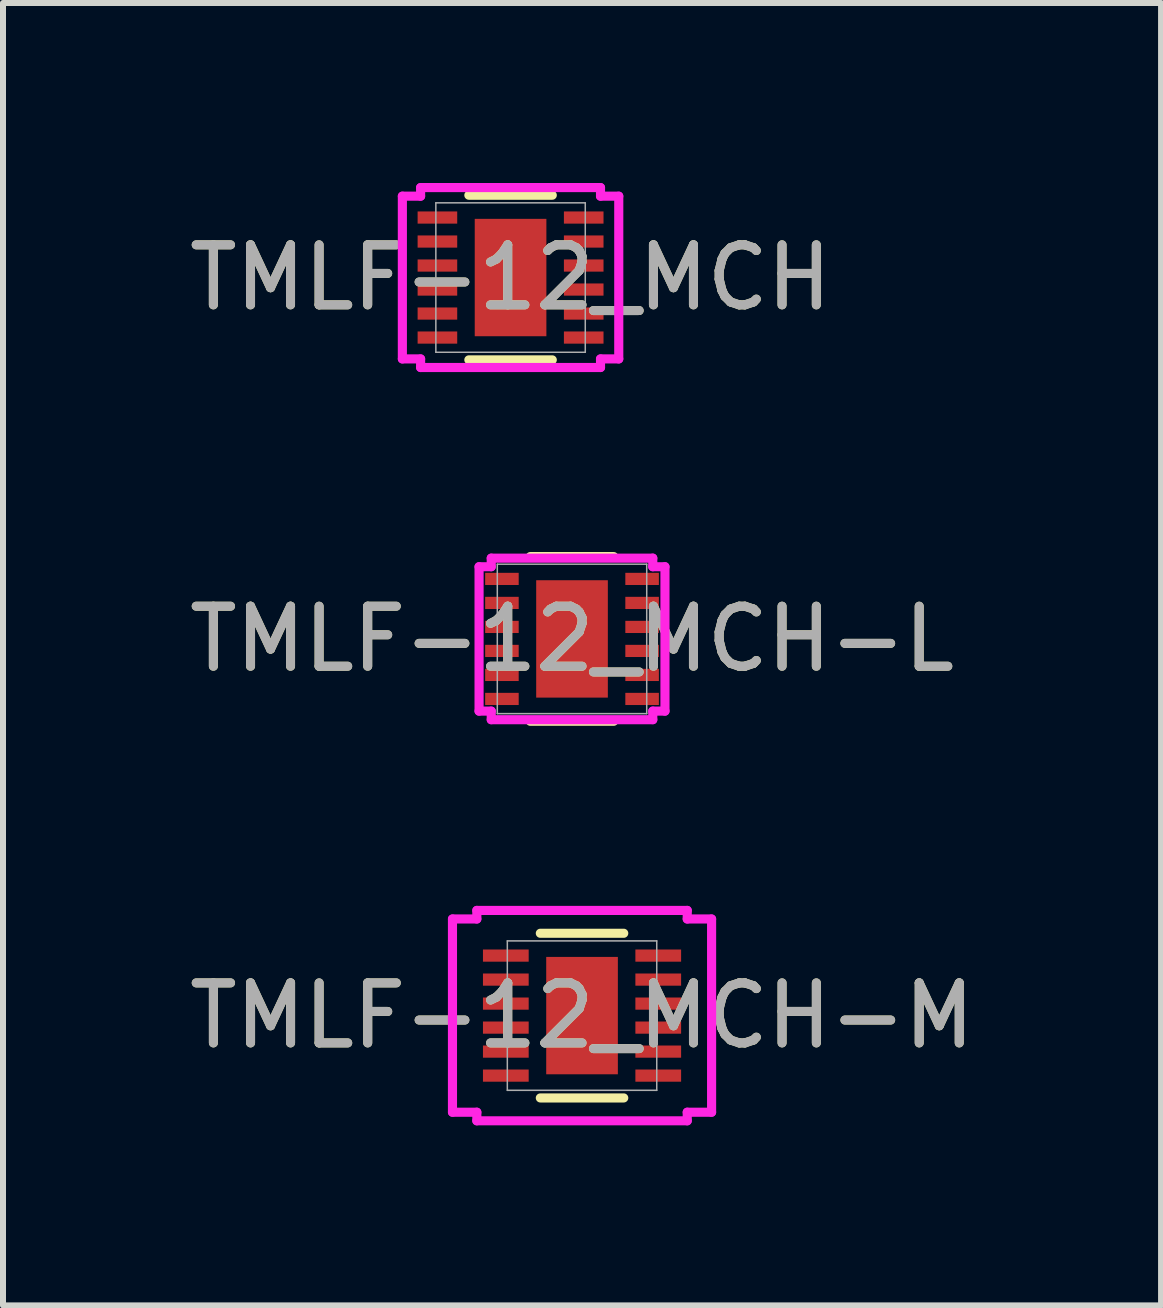
<source format=kicad_pcb>
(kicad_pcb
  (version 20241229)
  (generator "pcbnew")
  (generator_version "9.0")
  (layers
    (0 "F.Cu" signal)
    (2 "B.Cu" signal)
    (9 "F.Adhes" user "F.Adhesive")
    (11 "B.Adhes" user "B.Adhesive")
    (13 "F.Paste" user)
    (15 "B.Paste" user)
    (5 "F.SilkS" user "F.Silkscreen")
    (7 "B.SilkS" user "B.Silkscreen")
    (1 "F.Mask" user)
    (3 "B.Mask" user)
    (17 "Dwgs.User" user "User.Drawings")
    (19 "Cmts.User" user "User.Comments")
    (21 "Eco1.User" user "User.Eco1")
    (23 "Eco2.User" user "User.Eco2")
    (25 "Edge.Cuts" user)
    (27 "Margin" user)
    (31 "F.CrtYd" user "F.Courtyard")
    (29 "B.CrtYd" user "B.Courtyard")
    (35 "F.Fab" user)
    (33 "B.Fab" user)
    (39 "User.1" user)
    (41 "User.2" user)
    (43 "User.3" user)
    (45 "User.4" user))
  (footprint "TMLF-12_MCH-L"
    (layer "F.Cu")
    (at 6.482 7.597)
    (property "Reference" "TMLF-12_MCH-L" (at 0 0 0) (unlocked yes) (layer "F.SilkS") (effects (font (size 1 1) (thickness 0.15))))
    (attr smd)
    (fp_line (start -0.695 1.372) (end 0.695 1.372) (stroke (width 0.152) (type solid)) (layer "F.SilkS"))
    (fp_line (start 0.695 -1.372) (end -0.695 -1.372) (stroke (width 0.152) (type solid)) (layer "F.SilkS"))
    (fp_line (start -1.549 -1.203) (end -1.346 -1.203) (stroke (width 0.152) (type solid)) (layer "F.CrtYd"))
    (fp_line (start -1.549 1.203) (end -1.549 -1.203) (stroke (width 0.152) (type solid)) (layer "F.CrtYd"))
    (fp_line (start -1.549 1.203) (end -1.346 1.203) (stroke (width 0.152) (type solid)) (layer "F.CrtYd"))
    (fp_line (start -1.346 -1.346) (end 1.346 -1.346) (stroke (width 0.152) (type solid)) (layer "F.CrtYd"))
    (fp_line (start -1.346 -1.203) (end -1.346 -1.346) (stroke (width 0.152) (type solid)) (layer "F.CrtYd"))
    (fp_line (start -1.346 1.346) (end -1.346 1.203) (stroke (width 0.152) (type solid)) (layer "F.CrtYd"))
    (fp_line (start 1.346 -1.346) (end 1.346 -1.203) (stroke (width 0.152) (type solid)) (layer "F.CrtYd"))
    (fp_line (start 1.346 1.203) (end 1.346 1.346) (stroke (width 0.152) (type solid)) (layer "F.CrtYd"))
    (fp_line (start 1.346 1.346) (end -1.346 1.346) (stroke (width 0.152) (type solid)) (layer "F.CrtYd"))
    (fp_line (start 1.549 -1.203) (end 1.346 -1.203) (stroke (width 0.152) (type solid)) (layer "F.CrtYd"))
    (fp_line (start 1.549 -1.203) (end 1.549 1.203) (stroke (width 0.152) (type solid)) (layer "F.CrtYd"))
    (fp_line (start 1.549 1.203) (end 1.346 1.203) (stroke (width 0.152) (type solid)) (layer "F.CrtYd"))
    (fp_line (start -1.245 -1.245) (end -1.245 1.245) (stroke (width 0.025) (type solid)) (layer "F.Fab"))
    (fp_line (start -1.245 1.245) (end 1.245 1.245) (stroke (width 0.025) (type solid)) (layer "F.Fab"))
    (fp_line (start 1.245 -1.245) (end -1.245 -1.245) (stroke (width 0.025) (type solid)) (layer "F.Fab"))
    (fp_line (start 1.245 1.245) (end 1.245 -1.245) (stroke (width 0.025) (type solid)) (layer "F.Fab"))
    (fp_text user "${REFERENCE}" (at 0 0 0) (unlocked yes) (layer "F.Fab") (effects (font (size 1 1) (thickness 0.15))))
    (pad "1" smd rect (at -1.168 -1) (size 0.559 0.203) (layers "F.Cu" "F.Mask" "F.Paste"))
    (pad "2" smd rect (at -1.168 -0.6) (size 0.559 0.203) (layers "F.Cu" "F.Mask" "F.Paste"))
    (pad "3" smd rect (at -1.168 -0.2) (size 0.559 0.203) (layers "F.Cu" "F.Mask" "F.Paste"))
    (pad "4" smd rect (at -1.168 0.2) (size 0.559 0.203) (layers "F.Cu" "F.Mask" "F.Paste"))
    (pad "5" smd rect (at -1.168 0.6) (size 0.559 0.203) (layers "F.Cu" "F.Mask" "F.Paste"))
    (pad "6" smd rect (at -1.168 1) (size 0.559 0.203) (layers "F.Cu" "F.Mask" "F.Paste"))
    (pad "7" smd rect (at 1.168 1) (size 0.559 0.203) (layers "F.Cu" "F.Mask" "F.Paste"))
    (pad "8" smd rect (at 1.168 0.6) (size 0.559 0.203) (layers "F.Cu" "F.Mask" "F.Paste"))
    (pad "9" smd rect (at 1.168 0.2) (size 0.559 0.203) (layers "F.Cu" "F.Mask" "F.Paste"))
    (pad "10" smd rect (at 1.168 -0.2) (size 0.559 0.203) (layers "F.Cu" "F.Mask" "F.Paste"))
    (pad "11" smd rect (at 1.168 -0.6) (size 0.559 0.203) (layers "F.Cu" "F.Mask" "F.Paste"))
    (pad "12" smd rect (at 1.168 -1) (size 0.559 0.203) (layers "F.Cu" "F.Mask" "F.Paste"))
    (pad "13" smd rect (at 0 0) (size 1.194 1.956) (layers "F.Cu" "F.Mask" "F.Paste")))
  (footprint "TMLF-12_MCH"
    (layer "F.Cu")
    (at 5.458 1.575)
    (property "Reference" "TMLF-12_MCH" (at 0 0 0) (unlocked yes) (layer "F.SilkS") (effects (font (size 1 1) (thickness 0.15))))
    (attr smd)
    (fp_line (start -0.695 1.372) (end 0.695 1.372) (stroke (width 0.152) (type solid)) (layer "F.SilkS"))
    (fp_line (start 0.695 -1.372) (end -0.695 -1.372) (stroke (width 0.152) (type solid)) (layer "F.SilkS"))
    (fp_line (start -1.803 -1.356) (end -1.499 -1.356) (stroke (width 0.152) (type solid)) (layer "F.CrtYd"))
    (fp_line (start -1.803 1.356) (end -1.803 -1.356) (stroke (width 0.152) (type solid)) (layer "F.CrtYd"))
    (fp_line (start -1.803 1.356) (end -1.499 1.356) (stroke (width 0.152) (type solid)) (layer "F.CrtYd"))
    (fp_line (start -1.499 -1.499) (end 1.499 -1.499) (stroke (width 0.152) (type solid)) (layer "F.CrtYd"))
    (fp_line (start -1.499 -1.356) (end -1.499 -1.499) (stroke (width 0.152) (type solid)) (layer "F.CrtYd"))
    (fp_line (start -1.499 1.499) (end -1.499 1.356) (stroke (width 0.152) (type solid)) (layer "F.CrtYd"))
    (fp_line (start 1.499 -1.499) (end 1.499 -1.356) (stroke (width 0.152) (type solid)) (layer "F.CrtYd"))
    (fp_line (start 1.499 1.356) (end 1.499 1.499) (stroke (width 0.152) (type solid)) (layer "F.CrtYd"))
    (fp_line (start 1.499 1.499) (end -1.499 1.499) (stroke (width 0.152) (type solid)) (layer "F.CrtYd"))
    (fp_line (start 1.803 -1.356) (end 1.499 -1.356) (stroke (width 0.152) (type solid)) (layer "F.CrtYd"))
    (fp_line (start 1.803 -1.356) (end 1.803 1.356) (stroke (width 0.152) (type solid)) (layer "F.CrtYd"))
    (fp_line (start 1.803 1.356) (end 1.499 1.356) (stroke (width 0.152) (type solid)) (layer "F.CrtYd"))
    (fp_line (start -1.245 -1.245) (end -1.245 1.245) (stroke (width 0.025) (type solid)) (layer "F.Fab"))
    (fp_line (start -1.245 1.245) (end 1.245 1.245) (stroke (width 0.025) (type solid)) (layer "F.Fab"))
    (fp_line (start 1.245 -1.245) (end -1.245 -1.245) (stroke (width 0.025) (type solid)) (layer "F.Fab"))
    (fp_line (start 1.245 1.245) (end 1.245 -1.245) (stroke (width 0.025) (type solid)) (layer "F.Fab"))
    (fp_text user "${REFERENCE}" (at 0 0 0) (unlocked yes) (layer "F.Fab") (effects (font (size 1 1) (thickness 0.15))))
    (pad "1" smd rect (at -1.219 -1) (size 0.66 0.203) (layers "F.Cu" "F.Mask" "F.Paste"))
    (pad "2" smd rect (at -1.219 -0.6) (size 0.66 0.203) (layers "F.Cu" "F.Mask" "F.Paste"))
    (pad "3" smd rect (at -1.219 -0.2) (size 0.66 0.203) (layers "F.Cu" "F.Mask" "F.Paste"))
    (pad "4" smd rect (at -1.219 0.2) (size 0.66 0.203) (layers "F.Cu" "F.Mask" "F.Paste"))
    (pad "5" smd rect (at -1.219 0.6) (size 0.66 0.203) (layers "F.Cu" "F.Mask" "F.Paste"))
    (pad "6" smd rect (at -1.219 1) (size 0.66 0.203) (layers "F.Cu" "F.Mask" "F.Paste"))
    (pad "7" smd rect (at 1.219 1) (size 0.66 0.203) (layers "F.Cu" "F.Mask" "F.Paste"))
    (pad "8" smd rect (at 1.219 0.6) (size 0.66 0.203) (layers "F.Cu" "F.Mask" "F.Paste"))
    (pad "9" smd rect (at 1.219 0.2) (size 0.66 0.203) (layers "F.Cu" "F.Mask" "F.Paste"))
    (pad "10" smd rect (at 1.219 -0.2) (size 0.66 0.203) (layers "F.Cu" "F.Mask" "F.Paste"))
    (pad "11" smd rect (at 1.219 -0.6) (size 0.66 0.203) (layers "F.Cu" "F.Mask" "F.Paste"))
    (pad "12" smd rect (at 1.219 -1) (size 0.66 0.203) (layers "F.Cu" "F.Mask" "F.Paste"))
    (pad "13" smd rect (at 0 0) (size 1.194 1.956) (layers "F.Cu" "F.Mask" "F.Paste")))
  (footprint "TMLF-12_MCH-M"
    (layer "F.Cu")
    (at 6.649 13.874)
    (property "Reference" "TMLF-12_MCH-M" (at 0 0 0) (unlocked yes) (layer "F.SilkS") (effects (font (size 1 1) (thickness 0.15))))
    (attr smd)
    (fp_line (start -0.695 1.372) (end 0.695 1.372) (stroke (width 0.152) (type solid)) (layer "F.SilkS"))
    (fp_line (start 0.695 -1.372) (end -0.695 -1.372) (stroke (width 0.152) (type solid)) (layer "F.SilkS"))
    (fp_line (start -2.159 -1.61) (end -1.753 -1.61) (stroke (width 0.152) (type solid)) (layer "F.CrtYd"))
    (fp_line (start -2.159 1.61) (end -2.159 -1.61) (stroke (width 0.152) (type solid)) (layer "F.CrtYd"))
    (fp_line (start -2.159 1.61) (end -1.753 1.61) (stroke (width 0.152) (type solid)) (layer "F.CrtYd"))
    (fp_line (start -1.753 -1.753) (end 1.753 -1.753) (stroke (width 0.152) (type solid)) (layer "F.CrtYd"))
    (fp_line (start -1.753 -1.61) (end -1.753 -1.753) (stroke (width 0.152) (type solid)) (layer "F.CrtYd"))
    (fp_line (start -1.753 1.753) (end -1.753 1.61) (stroke (width 0.152) (type solid)) (layer "F.CrtYd"))
    (fp_line (start 1.753 -1.753) (end 1.753 -1.61) (stroke (width 0.152) (type solid)) (layer "F.CrtYd"))
    (fp_line (start 1.753 1.61) (end 1.753 1.753) (stroke (width 0.152) (type solid)) (layer "F.CrtYd"))
    (fp_line (start 1.753 1.753) (end -1.753 1.753) (stroke (width 0.152) (type solid)) (layer "F.CrtYd"))
    (fp_line (start 2.159 -1.61) (end 1.753 -1.61) (stroke (width 0.152) (type solid)) (layer "F.CrtYd"))
    (fp_line (start 2.159 -1.61) (end 2.159 1.61) (stroke (width 0.152) (type solid)) (layer "F.CrtYd"))
    (fp_line (start 2.159 1.61) (end 1.753 1.61) (stroke (width 0.152) (type solid)) (layer "F.CrtYd"))
    (fp_line (start -1.245 -1.245) (end -1.245 1.245) (stroke (width 0.025) (type solid)) (layer "F.Fab"))
    (fp_line (start -1.245 1.245) (end 1.245 1.245) (stroke (width 0.025) (type solid)) (layer "F.Fab"))
    (fp_line (start 1.245 -1.245) (end -1.245 -1.245) (stroke (width 0.025) (type solid)) (layer "F.Fab"))
    (fp_line (start 1.245 1.245) (end 1.245 -1.245) (stroke (width 0.025) (type solid)) (layer "F.Fab"))
    (fp_text user "${REFERENCE}" (at 0 0 0) (unlocked yes) (layer "F.Fab") (effects (font (size 1 1) (thickness 0.15))))
    (pad "1" smd rect (at -1.27 -1) (size 0.762 0.203) (layers "F.Cu" "F.Mask" "F.Paste"))
    (pad "2" smd rect (at -1.27 -0.6) (size 0.762 0.203) (layers "F.Cu" "F.Mask" "F.Paste"))
    (pad "3" smd rect (at -1.27 -0.2) (size 0.762 0.203) (layers "F.Cu" "F.Mask" "F.Paste"))
    (pad "4" smd rect (at -1.27 0.2) (size 0.762 0.203) (layers "F.Cu" "F.Mask" "F.Paste"))
    (pad "5" smd rect (at -1.27 0.6) (size 0.762 0.203) (layers "F.Cu" "F.Mask" "F.Paste"))
    (pad "6" smd rect (at -1.27 1) (size 0.762 0.203) (layers "F.Cu" "F.Mask" "F.Paste"))
    (pad "7" smd rect (at 1.27 1) (size 0.762 0.203) (layers "F.Cu" "F.Mask" "F.Paste"))
    (pad "8" smd rect (at 1.27 0.6) (size 0.762 0.203) (layers "F.Cu" "F.Mask" "F.Paste"))
    (pad "9" smd rect (at 1.27 0.2) (size 0.762 0.203) (layers "F.Cu" "F.Mask" "F.Paste"))
    (pad "10" smd rect (at 1.27 -0.2) (size 0.762 0.203) (layers "F.Cu" "F.Mask" "F.Paste"))
    (pad "11" smd rect (at 1.27 -0.6) (size 0.762 0.203) (layers "F.Cu" "F.Mask" "F.Paste"))
    (pad "12" smd rect (at 1.27 -1) (size 0.762 0.203) (layers "F.Cu" "F.Mask" "F.Paste"))
    (pad "13" smd rect (at 0 0) (size 1.194 1.956) (layers "F.Cu" "F.Mask" "F.Paste")))
  (gr_rect
    (start -3 -3)
    (end 16.298 18.703)
    (stroke (width 0.1) (type default))
    (fill no)
    (layer "Edge.Cuts")))
</source>
